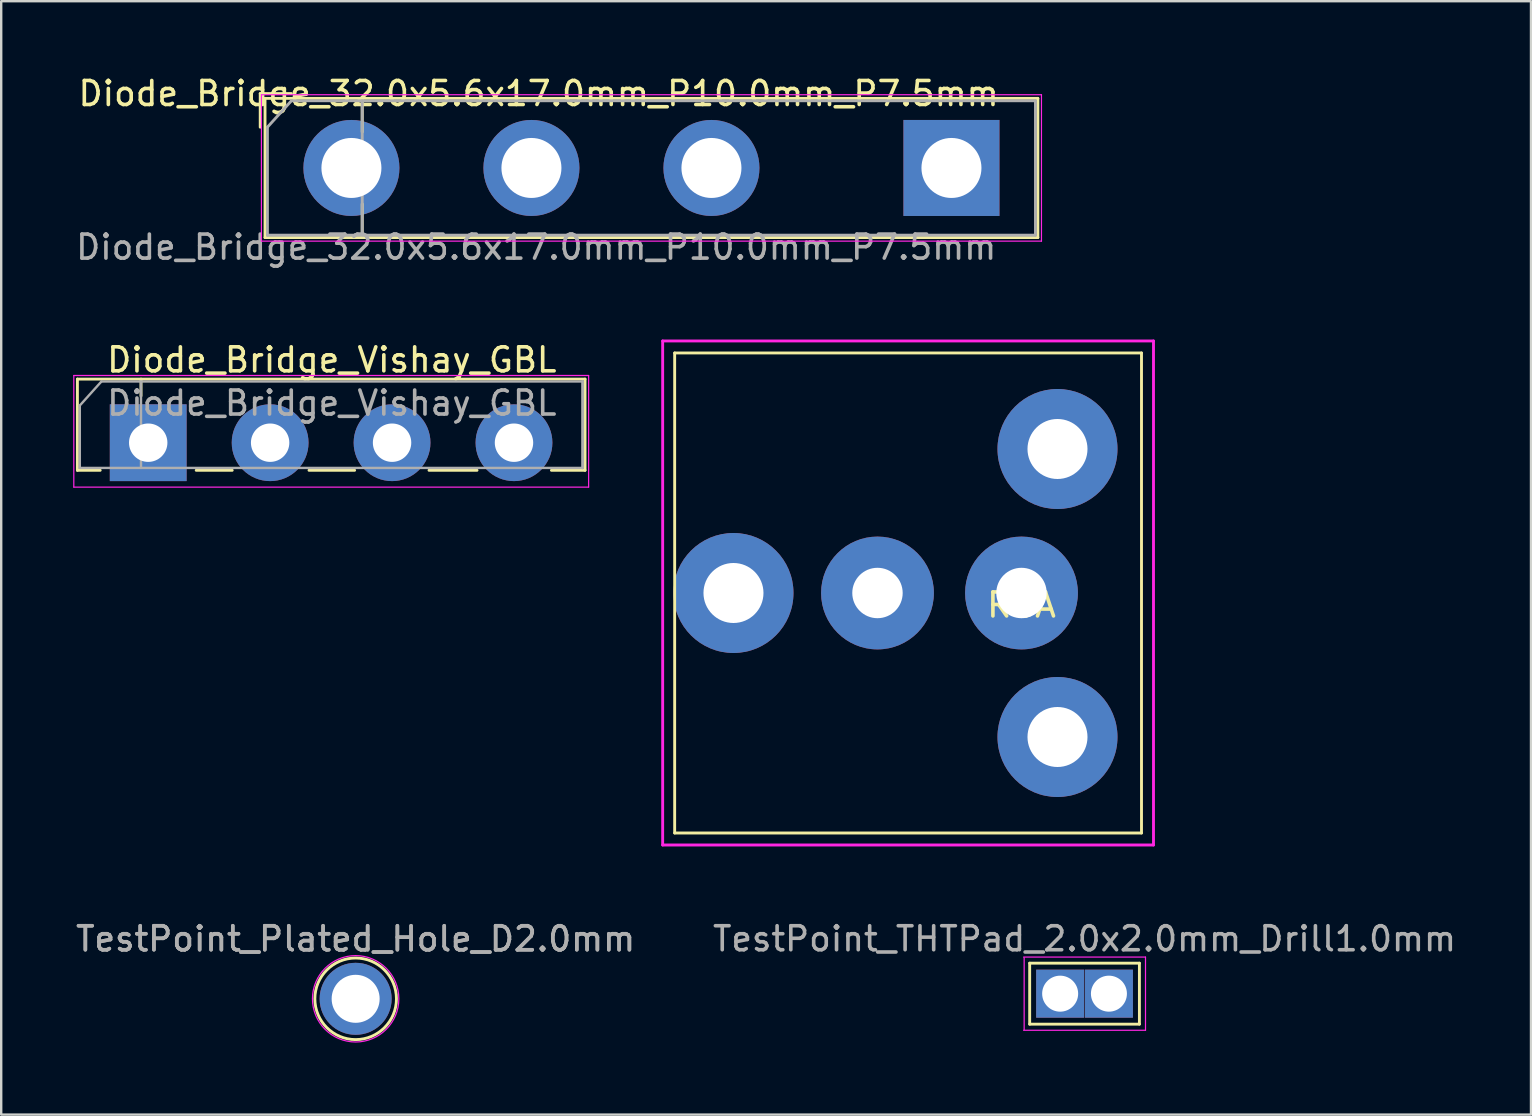
<source format=kicad_pcb>
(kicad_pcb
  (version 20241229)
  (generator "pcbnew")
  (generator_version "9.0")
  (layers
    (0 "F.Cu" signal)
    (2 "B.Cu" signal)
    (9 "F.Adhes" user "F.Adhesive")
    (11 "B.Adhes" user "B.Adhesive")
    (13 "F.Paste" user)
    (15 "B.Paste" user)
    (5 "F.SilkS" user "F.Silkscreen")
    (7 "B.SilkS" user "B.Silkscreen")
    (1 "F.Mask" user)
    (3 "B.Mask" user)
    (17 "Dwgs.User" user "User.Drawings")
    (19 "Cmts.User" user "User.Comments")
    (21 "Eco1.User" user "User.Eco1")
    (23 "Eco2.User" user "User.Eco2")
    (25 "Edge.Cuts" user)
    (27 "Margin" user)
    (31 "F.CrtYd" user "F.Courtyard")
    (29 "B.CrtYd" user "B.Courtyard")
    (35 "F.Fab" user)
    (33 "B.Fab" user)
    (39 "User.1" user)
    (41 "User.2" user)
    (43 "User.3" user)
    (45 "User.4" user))
  (footprint "RCA"
    (layer "F.Cu")
    (at 39.51 21.657)
    (property "Reference" "RCA" (at 0 0.5 0) (layer "F.SilkS") (effects (font (size 1 1) (thickness 0.15))))
    (attr through_hole)
    (fp_line (start -14.45 -10) (end -14.45 10) (stroke (width 0.12) (type solid)) (layer "F.SilkS"))
    (fp_line (start -14.45 -10) (end 5 -10) (stroke (width 0.12) (type solid)) (layer "F.SilkS"))
    (fp_line (start 5 -10) (end 5 10) (stroke (width 0.12) (type solid)) (layer "F.SilkS"))
    (fp_line (start 5 10) (end -14.45 10) (stroke (width 0.12) (type solid)) (layer "F.SilkS"))
    (fp_line (start -14.95 10.5) (end -14.95 -10.5) (stroke (width 0.12) (type solid)) (layer "F.CrtYd"))
    (fp_line (start 5.5 -10.5) (end -14.95 -10.5) (stroke (width 0.12) (type solid)) (layer "F.CrtYd"))
    (fp_line (start 5.5 -10.5) (end 5.5 10.5) (stroke (width 0.12) (type solid)) (layer "F.CrtYd"))
    (fp_line (start 5.5 10.5) (end -14.95 10.5) (stroke (width 0.12) (type solid)) (layer "F.CrtYd"))
    (pad "" np_thru_hole circle (at -12 0) (size 5 5) (drill 2.5) (layers "*.Cu" "*.Mask"))
    (pad "" np_thru_hole circle (at 1.5 -6) (size 5 5) (drill 2.5) (layers "*.Cu" "*.Mask"))
    (pad "" np_thru_hole circle (at 1.5 6) (size 5 5) (drill 2.5) (layers "*.Cu" "*.Mask"))
    (pad "1" thru_hole circle (at 0 0) (size 4.7 4.7) (drill 2.1) (layers "*.Cu" "*.Mask"))
    (pad "2" thru_hole circle (at -6 0) (size 4.7 4.7) (drill 2.1) (layers "*.Cu" "*.Mask")))
  (footprint "Diode_Bridge_32.0x5.6x17.0mm_P10.0mm_P7.5mm"
    (layer "F.Cu")
    (at 11.592 3.948)
    (property "Reference" "Diode_Bridge_32.0x5.6x17.0mm_P10.0mm_P7.5mm" (at 7.8 -3.1 0) (layer "F.SilkS") (effects (font (size 1 1) (thickness 0.15))))
    (attr through_hole)
    (fp_line (start -3.8 -3.1) (end -2.5 -3.1) (stroke (width 0.12) (type solid)) (layer "F.SilkS"))
    (fp_line (start -3.8 -1.7) (end -3.8 -3.1) (stroke (width 0.12) (type solid)) (layer "F.SilkS"))
    (fp_line (start -3.6 -2.9) (end 28.6 -2.9) (stroke (width 0.12) (type solid)) (layer "F.SilkS"))
    (fp_line (start -3.6 2.9) (end -3.6 -2.9) (stroke (width 0.12) (type solid)) (layer "F.SilkS"))
    (fp_line (start 0.45 -2.9) (end 0.45 -1.5) (stroke (width 0.12) (type solid)) (layer "F.SilkS"))
    (fp_line (start 0.45 2.9) (end 0.45 1.5) (stroke (width 0.12) (type solid)) (layer "F.SilkS"))
    (fp_line (start 28.6 -2.9) (end 28.6 2.9) (stroke (width 0.12) (type solid)) (layer "F.SilkS"))
    (fp_line (start 28.6 2.9) (end -3.6 2.9) (stroke (width 0.12) (type solid)) (layer "F.SilkS"))
    (fp_line (start -3.75 -3.05) (end 28.75 -3.05) (stroke (width 0.05) (type solid)) (layer "F.CrtYd"))
    (fp_line (start -3.75 3.05) (end -3.75 -3.05) (stroke (width 0.05) (type solid)) (layer "F.CrtYd"))
    (fp_line (start 28.75 -3.05) (end 28.75 3.05) (stroke (width 0.05) (type solid)) (layer "F.CrtYd"))
    (fp_line (start 28.75 3.05) (end -3.75 3.05) (stroke (width 0.05) (type solid)) (layer "F.CrtYd"))
    (fp_line (start -3.5 -1.7) (end -3.5 2.8) (stroke (width 0.12) (type solid)) (layer "F.Fab"))
    (fp_line (start -3.5 2.8) (end 28.5 2.8) (stroke (width 0.12) (type solid)) (layer "F.Fab"))
    (fp_line (start -2.5 -2.8) (end -3.5 -1.7) (stroke (width 0.12) (type solid)) (layer "F.Fab"))
    (fp_line (start 0.45 -2.8) (end 0.45 2.8) (stroke (width 0.12) (type solid)) (layer "F.Fab"))
    (fp_line (start 28.5 -2.8) (end -2.5 -2.8) (stroke (width 0.12) (type solid)) (layer "F.Fab"))
    (fp_line (start 28.5 2.8) (end 28.5 -2.8) (stroke (width 0.12) (type solid)) (layer "F.Fab"))
    (fp_text user "${REFERENCE}" (at 7.7 3.3 0) (layer "F.Fab") (effects (font (size 1 1) (thickness 0.15))))
    (pad "1" thru_hole rect (at 25 0) (size 4 4) (drill 2.5) (layers "*.Cu" "*.Mask"))
    (pad "2" thru_hole circle (at 7.5 0) (size 4 4) (drill 2.5) (layers "*.Cu" "*.Mask"))
    (pad "3" thru_hole circle (at 15 0) (size 4 4) (drill 2.5) (layers "*.Cu" "*.Mask"))
    (pad "4" thru_hole circle (at 0 0) (size 4 4) (drill 2.5) (layers "*.Cu" "*.Mask")))
  (footprint "Diode_Bridge_Vishay_GBL"
    (layer "F.Cu")
    (at 3.125 15.395)
    (property "Reference" "Diode_Bridge_Vishay_GBL" (at 7.65 -3.45 0) (layer "F.SilkS") (effects (font (size 1 1) (thickness 0.15))))
    (attr through_hole)
    (fp_line (start -2.95 -2.65) (end -2.95 1.15) (stroke (width 0.12) (type solid)) (layer "F.SilkS"))
    (fp_line (start -2.95 1.15) (end -2 1.15) (stroke (width 0.12) (type solid)) (layer "F.SilkS"))
    (fp_line (start -0.3 -2.65) (end -0.3 -1.95) (stroke (width 0.12) (type solid)) (layer "F.SilkS"))
    (fp_line (start 2 1.15) (end 3.5 1.15) (stroke (width 0.12) (type solid)) (layer "F.SilkS"))
    (fp_line (start 6.7 1.15) (end 8.6 1.15) (stroke (width 0.12) (type solid)) (layer "F.SilkS"))
    (fp_line (start 11.7 1.15) (end 13.7 1.15) (stroke (width 0.12) (type solid)) (layer "F.SilkS"))
    (fp_line (start 16.8 1.15) (end 18.2 1.15) (stroke (width 0.12) (type solid)) (layer "F.SilkS"))
    (fp_line (start 18.2 -2.65) (end -2.95 -2.65) (stroke (width 0.12) (type solid)) (layer "F.SilkS"))
    (fp_line (start 18.2 1.15) (end 18.2 -2.65) (stroke (width 0.12) (type solid)) (layer "F.SilkS"))
    (fp_line (start -3.1 1.85) (end -3.1 -2.8) (stroke (width 0.05) (type solid)) (layer "F.CrtYd"))
    (fp_line (start -3.1 1.85) (end 18.35 1.85) (stroke (width 0.05) (type solid)) (layer "F.CrtYd"))
    (fp_line (start 18.35 -2.8) (end -3.1 -2.8) (stroke (width 0.05) (type solid)) (layer "F.CrtYd"))
    (fp_line (start 18.35 -2.8) (end 18.35 1.85) (stroke (width 0.05) (type solid)) (layer "F.CrtYd"))
    (fp_line (start -2.85 -1.55) (end -2.85 1.05) (stroke (width 0.1) (type solid)) (layer "F.Fab"))
    (fp_line (start -2.85 1.05) (end 18.1 1.05) (stroke (width 0.1) (type solid)) (layer "F.Fab"))
    (fp_line (start -1.95 -2.55) (end -2.85 -1.55) (stroke (width 0.1) (type solid)) (layer "F.Fab"))
    (fp_line (start -0.3 -2.55) (end -0.3 1.05) (stroke (width 0.1) (type solid)) (layer "F.Fab"))
    (fp_line (start 18.1 -2.55) (end -1.95 -2.55) (stroke (width 0.1) (type solid)) (layer "F.Fab"))
    (fp_line (start 18.1 1.05) (end 18.1 -2.55) (stroke (width 0.12) (type solid)) (layer "F.Fab"))
    (fp_text user "${REFERENCE}" (at 7.65 -1.65 0) (layer "F.Fab") (effects (font (size 1 1) (thickness 0.15))))
    (pad "1" thru_hole rect (at 0 0 180) (size 3.2 3.2) (drill 1.6) (layers "*.Cu" "*.Mask"))
    (pad "2" thru_hole circle (at 5.08 0 180) (size 3.2 3.2) (drill 1.6) (layers "*.Cu" "*.Mask"))
    (pad "3" thru_hole circle (at 10.16 0 180) (size 3.2 3.2) (drill 1.6) (layers "*.Cu" "*.Mask"))
    (pad "4" thru_hole circle (at 15.24 0 180) (size 3.2 3.2) (drill 1.6) (layers "*.Cu" "*.Mask")))
  (footprint "TestPoint_Plated_Hole_D2.0mm"
    (layer "F.Cu")
    (at 11.768 38.565)
    (property "Reference" "TestPoint_Plated_Hole_D2.0mm" (at 0 -2.498 0) (layer "F.Fab") (effects (font (size 1 1) (thickness 0.15))))
    (attr exclude_from_pos_files exclude_from_bom)
    (fp_circle (center 0 0) (end 0 -1.7) (stroke (width 0.12) (type solid)) (fill no) (layer "F.SilkS"))
    (fp_circle (center 0 0) (end 1.8 0) (stroke (width 0.05) (type solid)) (fill no) (layer "F.CrtYd"))
    (fp_text user "${REFERENCE}" (at 0 -2.5 0) (layer "F.Fab") (effects (font (size 1 1) (thickness 0.15))))
    (pad "1" thru_hole circle (at 0 0) (size 3 3) (drill 2) (layers "*.Cu" "*.Mask")))
  (footprint "TestPoint_THTPad_2.0x2.0mm_Drill1.0mm"
    (layer "F.Cu")
    (at 41.121 38.351)
    (property "Reference" "TestPoint_THTPad_2.0x2.0mm_Drill1.0mm" (at 1.016 -2.286 0) (layer "F.Fab") (effects (font (size 1 1) (thickness 0.15))))
    (attr exclude_from_pos_files exclude_from_bom)
    (fp_line (start -1.27 -1.27) (end 3.302 -1.27) (stroke (width 0.12) (type solid)) (layer "F.SilkS"))
    (fp_line (start -1.27 1.27) (end -1.27 -1.27) (stroke (width 0.12) (type solid)) (layer "F.SilkS"))
    (fp_line (start 3.302 -1.27) (end 3.302 1.27) (stroke (width 0.12) (type solid)) (layer "F.SilkS"))
    (fp_line (start 3.302 1.27) (end -1.27 1.27) (stroke (width 0.12) (type solid)) (layer "F.SilkS"))
    (fp_line (start -1.524 -1.524) (end 3.556 -1.524) (stroke (width 0.05) (type solid)) (layer "F.CrtYd"))
    (fp_line (start -1.5 -1.5) (end -1.5 1.5) (stroke (width 0.05) (type solid)) (layer "F.CrtYd"))
    (fp_line (start 3.556 1.524) (end -1.524 1.524) (stroke (width 0.05) (type solid)) (layer "F.CrtYd"))
    (fp_line (start 3.556 1.524) (end 3.556 -1.524) (stroke (width 0.05) (type solid)) (layer "F.CrtYd"))
    (pad "1" thru_hole rect (at 0 0) (size 2 2) (drill 1.5) (layers "*.Cu" "*.Mask"))
    (pad "2" thru_hole rect (at 2.032 0) (size 2 2) (drill 1.5) (layers "*.Cu" "*.Mask")))
  (gr_rect
    (start -3 -3)
    (end 60.738 43.39)
    (stroke (width 0.1) (type default))
    (fill no)
    (layer "Edge.Cuts")))
</source>
